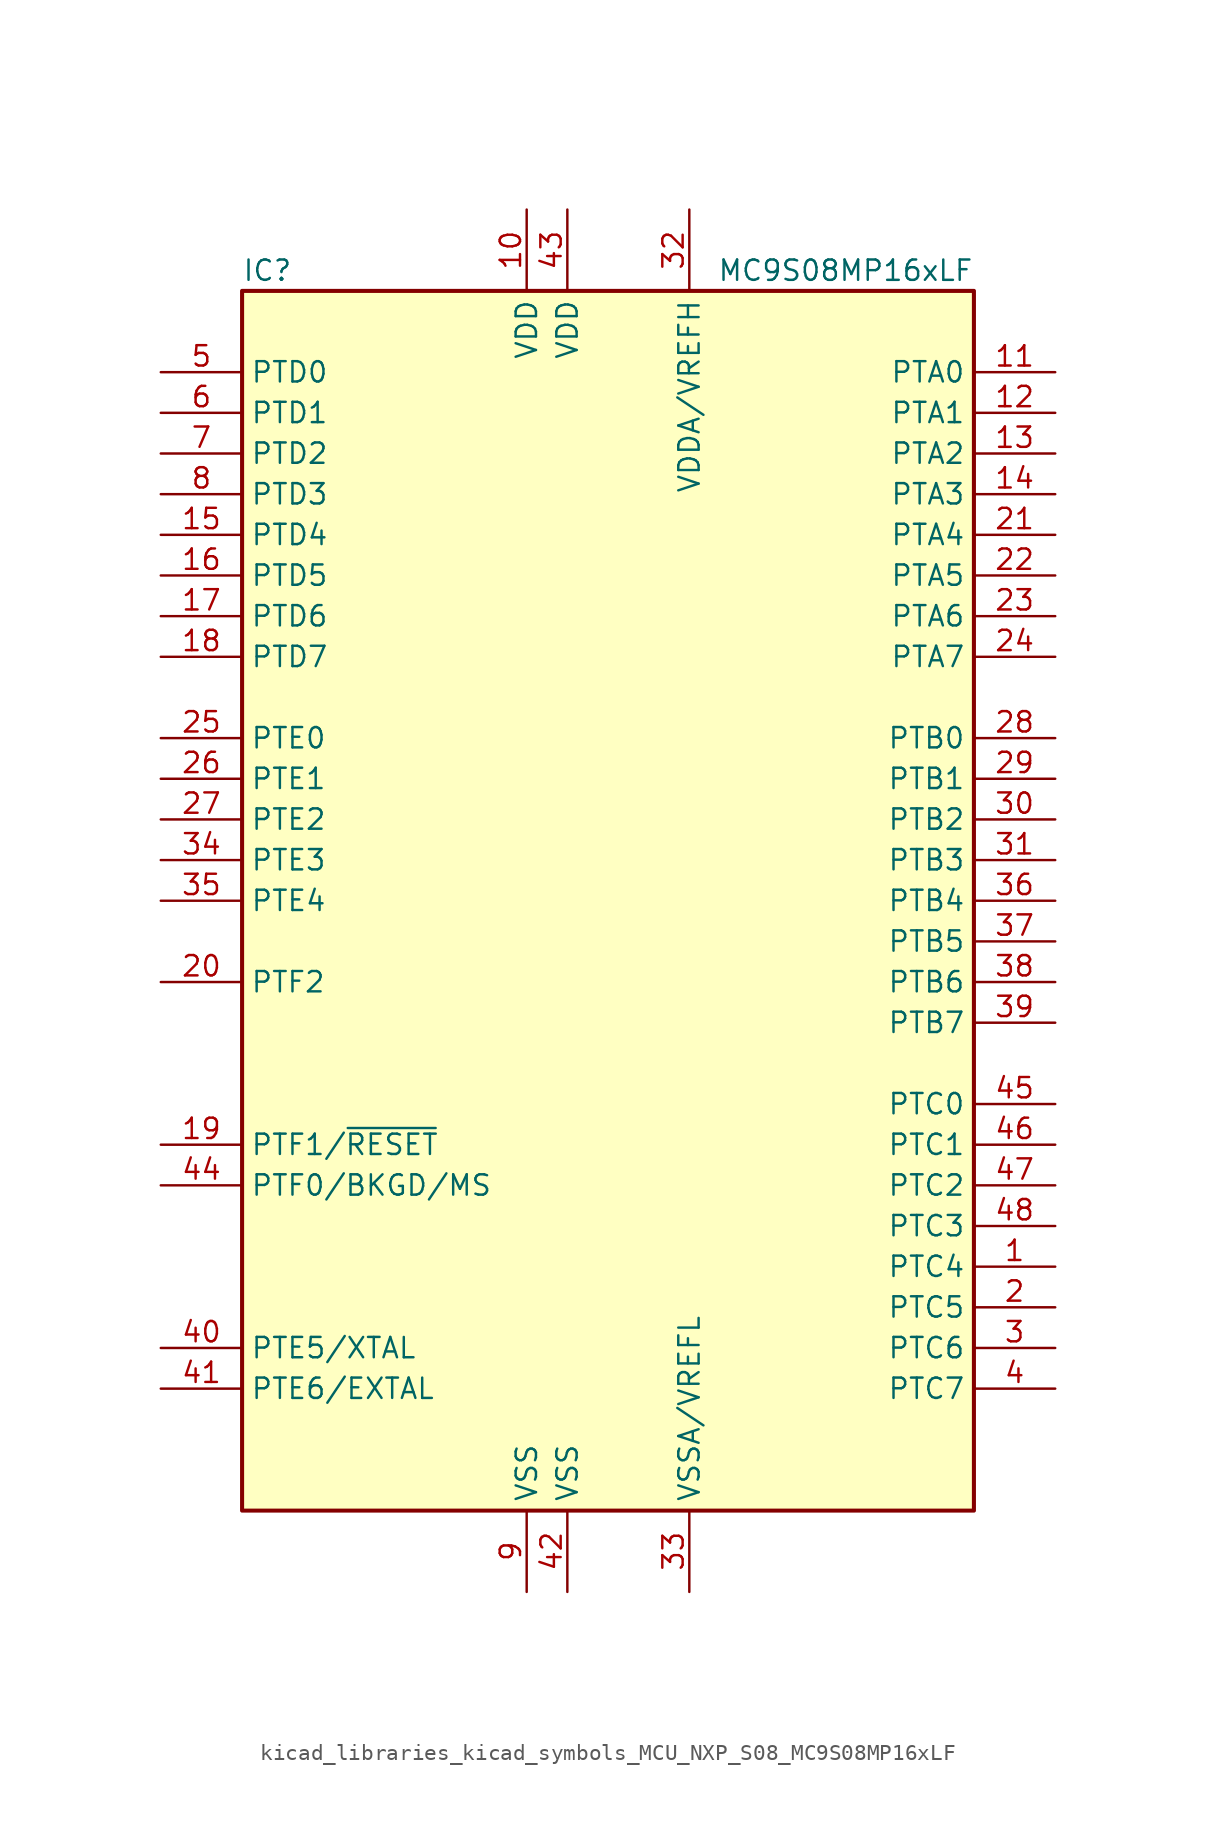
<source format=kicad_sym>
(kicad_symbol_lib
  (version 20220914)
  (generator kicad_symbol_editor)
  (symbol "kicad_libraries_kicad_symbols_MCU_NXP_S08_MC9S08MP16xLF"
    (property "Reference" "IC"
      (at -22.86 39.37 0)
      (effects (font (size 1.27 1.27)) (justify left)))
    (property "Value" "MC9S08MP16xLF"
      (at 22.86 39.37 0)
      (effects (font (size 1.27 1.27)) (justify right)))
    (symbol "kicad_libraries_kicad_symbols_MCU_NXP_S08_MC9S08MP16xLF_0_1"
      (rectangle (start -22.86 38.1) (end 22.86 -38.1) (stroke (width 0.254) (type default)) (fill (type background))))
    (symbol "kicad_libraries_kicad_symbols_MCU_NXP_S08_MC9S08MP16xLF_1_1"
      (pin bidirectional line (at 27.94 -22.86 180) (length 5.08) (name "PTC4" (effects (font (size 1.27 1.27)))) (number "1" (effects (font (size 1.27 1.27)))))
      (pin power_in line (at -5.08 43.18 270) (length 5.08) (name "VDD" (effects (font (size 1.27 1.27)))) (number "10" (effects (font (size 1.27 1.27)))))
      (pin bidirectional line (at 27.94 33.02 180) (length 5.08) (name "PTA0" (effects (font (size 1.27 1.27)))) (number "11" (effects (font (size 1.27 1.27)))))
      (pin bidirectional line (at 27.94 30.48 180) (length 5.08) (name "PTA1" (effects (font (size 1.27 1.27)))) (number "12" (effects (font (size 1.27 1.27)))))
      (pin bidirectional line (at 27.94 27.94 180) (length 5.08) (name "PTA2" (effects (font (size 1.27 1.27)))) (number "13" (effects (font (size 1.27 1.27)))))
      (pin bidirectional line (at 27.94 25.4 180) (length 5.08) (name "PTA3" (effects (font (size 1.27 1.27)))) (number "14" (effects (font (size 1.27 1.27)))))
      (pin bidirectional line (at -27.94 22.86 0) (length 5.08) (name "PTD4" (effects (font (size 1.27 1.27)))) (number "15" (effects (font (size 1.27 1.27)))))
      (pin bidirectional line (at -27.94 20.32 0) (length 5.08) (name "PTD5" (effects (font (size 1.27 1.27)))) (number "16" (effects (font (size 1.27 1.27)))))
      (pin bidirectional line (at -27.94 17.78 0) (length 5.08) (name "PTD6" (effects (font (size 1.27 1.27)))) (number "17" (effects (font (size 1.27 1.27)))))
      (pin bidirectional line (at -27.94 15.24 0) (length 5.08) (name "PTD7" (effects (font (size 1.27 1.27)))) (number "18" (effects (font (size 1.27 1.27)))))
      (pin bidirectional line (at -27.94 -15.24 0) (length 5.08) (name "PTF1/~{RESET}" (effects (font (size 1.27 1.27)))) (number "19" (effects (font (size 1.27 1.27)))))
      (pin bidirectional line (at 27.94 -25.4 180) (length 5.08) (name "PTC5" (effects (font (size 1.27 1.27)))) (number "2" (effects (font (size 1.27 1.27)))))
      (pin bidirectional line (at -27.94 -5.08 0) (length 5.08) (name "PTF2" (effects (font (size 1.27 1.27)))) (number "20" (effects (font (size 1.27 1.27)))))
      (pin bidirectional line (at 27.94 22.86 180) (length 5.08) (name "PTA4" (effects (font (size 1.27 1.27)))) (number "21" (effects (font (size 1.27 1.27)))))
      (pin bidirectional line (at 27.94 20.32 180) (length 5.08) (name "PTA5" (effects (font (size 1.27 1.27)))) (number "22" (effects (font (size 1.27 1.27)))))
      (pin bidirectional line (at 27.94 17.78 180) (length 5.08) (name "PTA6" (effects (font (size 1.27 1.27)))) (number "23" (effects (font (size 1.27 1.27)))))
      (pin bidirectional line (at 27.94 15.24 180) (length 5.08) (name "PTA7" (effects (font (size 1.27 1.27)))) (number "24" (effects (font (size 1.27 1.27)))))
      (pin bidirectional line (at -27.94 10.16 0) (length 5.08) (name "PTE0" (effects (font (size 1.27 1.27)))) (number "25" (effects (font (size 1.27 1.27)))))
      (pin bidirectional line (at -27.94 7.62 0) (length 5.08) (name "PTE1" (effects (font (size 1.27 1.27)))) (number "26" (effects (font (size 1.27 1.27)))))
      (pin bidirectional line (at -27.94 5.08 0) (length 5.08) (name "PTE2" (effects (font (size 1.27 1.27)))) (number "27" (effects (font (size 1.27 1.27)))))
      (pin bidirectional line (at 27.94 10.16 180) (length 5.08) (name "PTB0" (effects (font (size 1.27 1.27)))) (number "28" (effects (font (size 1.27 1.27)))))
      (pin bidirectional line (at 27.94 7.62 180) (length 5.08) (name "PTB1" (effects (font (size 1.27 1.27)))) (number "29" (effects (font (size 1.27 1.27)))))
      (pin bidirectional line (at 27.94 -27.94 180) (length 5.08) (name "PTC6" (effects (font (size 1.27 1.27)))) (number "3" (effects (font (size 1.27 1.27)))))
      (pin bidirectional line (at 27.94 5.08 180) (length 5.08) (name "PTB2" (effects (font (size 1.27 1.27)))) (number "30" (effects (font (size 1.27 1.27)))))
      (pin bidirectional line (at 27.94 2.54 180) (length 5.08) (name "PTB3" (effects (font (size 1.27 1.27)))) (number "31" (effects (font (size 1.27 1.27)))))
      (pin power_in line (at 5.08 43.18 270) (length 5.08) (name "VDDA/VREFH" (effects (font (size 1.27 1.27)))) (number "32" (effects (font (size 1.27 1.27)))))
      (pin power_in line (at 5.08 -43.18 90) (length 5.08) (name "VSSA/VREFL" (effects (font (size 1.27 1.27)))) (number "33" (effects (font (size 1.27 1.27)))))
      (pin bidirectional line (at -27.94 2.54 0) (length 5.08) (name "PTE3" (effects (font (size 1.27 1.27)))) (number "34" (effects (font (size 1.27 1.27)))))
      (pin bidirectional line (at -27.94 0 0) (length 5.08) (name "PTE4" (effects (font (size 1.27 1.27)))) (number "35" (effects (font (size 1.27 1.27)))))
      (pin bidirectional line (at 27.94 0 180) (length 5.08) (name "PTB4" (effects (font (size 1.27 1.27)))) (number "36" (effects (font (size 1.27 1.27)))))
      (pin bidirectional line (at 27.94 -2.54 180) (length 5.08) (name "PTB5" (effects (font (size 1.27 1.27)))) (number "37" (effects (font (size 1.27 1.27)))))
      (pin bidirectional line (at 27.94 -5.08 180) (length 5.08) (name "PTB6" (effects (font (size 1.27 1.27)))) (number "38" (effects (font (size 1.27 1.27)))))
      (pin bidirectional line (at 27.94 -7.62 180) (length 5.08) (name "PTB7" (effects (font (size 1.27 1.27)))) (number "39" (effects (font (size 1.27 1.27)))))
      (pin bidirectional line (at 27.94 -30.48 180) (length 5.08) (name "PTC7" (effects (font (size 1.27 1.27)))) (number "4" (effects (font (size 1.27 1.27)))))
      (pin bidirectional line (at -27.94 -27.94 0) (length 5.08) (name "PTE5/XTAL" (effects (font (size 1.27 1.27)))) (number "40" (effects (font (size 1.27 1.27)))))
      (pin bidirectional line (at -27.94 -30.48 0) (length 5.08) (name "PTE6/EXTAL" (effects (font (size 1.27 1.27)))) (number "41" (effects (font (size 1.27 1.27)))))
      (pin power_in line (at -2.54 -43.18 90) (length 5.08) (name "VSS" (effects (font (size 1.27 1.27)))) (number "42" (effects (font (size 1.27 1.27)))))
      (pin power_in line (at -2.54 43.18 270) (length 5.08) (name "VDD" (effects (font (size 1.27 1.27)))) (number "43" (effects (font (size 1.27 1.27)))))
      (pin bidirectional line (at -27.94 -17.78 0) (length 5.08) (name "PTF0/BKGD/MS" (effects (font (size 1.27 1.27)))) (number "44" (effects (font (size 1.27 1.27)))))
      (pin bidirectional line (at 27.94 -12.7 180) (length 5.08) (name "PTC0" (effects (font (size 1.27 1.27)))) (number "45" (effects (font (size 1.27 1.27)))))
      (pin bidirectional line (at 27.94 -15.24 180) (length 5.08) (name "PTC1" (effects (font (size 1.27 1.27)))) (number "46" (effects (font (size 1.27 1.27)))))
      (pin bidirectional line (at 27.94 -17.78 180) (length 5.08) (name "PTC2" (effects (font (size 1.27 1.27)))) (number "47" (effects (font (size 1.27 1.27)))))
      (pin bidirectional line (at 27.94 -20.32 180) (length 5.08) (name "PTC3" (effects (font (size 1.27 1.27)))) (number "48" (effects (font (size 1.27 1.27)))))
      (pin bidirectional line (at -27.94 33.02 0) (length 5.08) (name "PTD0" (effects (font (size 1.27 1.27)))) (number "5" (effects (font (size 1.27 1.27)))))
      (pin bidirectional line (at -27.94 30.48 0) (length 5.08) (name "PTD1" (effects (font (size 1.27 1.27)))) (number "6" (effects (font (size 1.27 1.27)))))
      (pin bidirectional line (at -27.94 27.94 0) (length 5.08) (name "PTD2" (effects (font (size 1.27 1.27)))) (number "7" (effects (font (size 1.27 1.27)))))
      (pin bidirectional line (at -27.94 25.4 0) (length 5.08) (name "PTD3" (effects (font (size 1.27 1.27)))) (number "8" (effects (font (size 1.27 1.27)))))
      (pin power_in line (at -5.08 -43.18 90) (length 5.08) (name "VSS" (effects (font (size 1.27 1.27)))) (number "9" (effects (font (size 1.27 1.27))))))))
</source>
